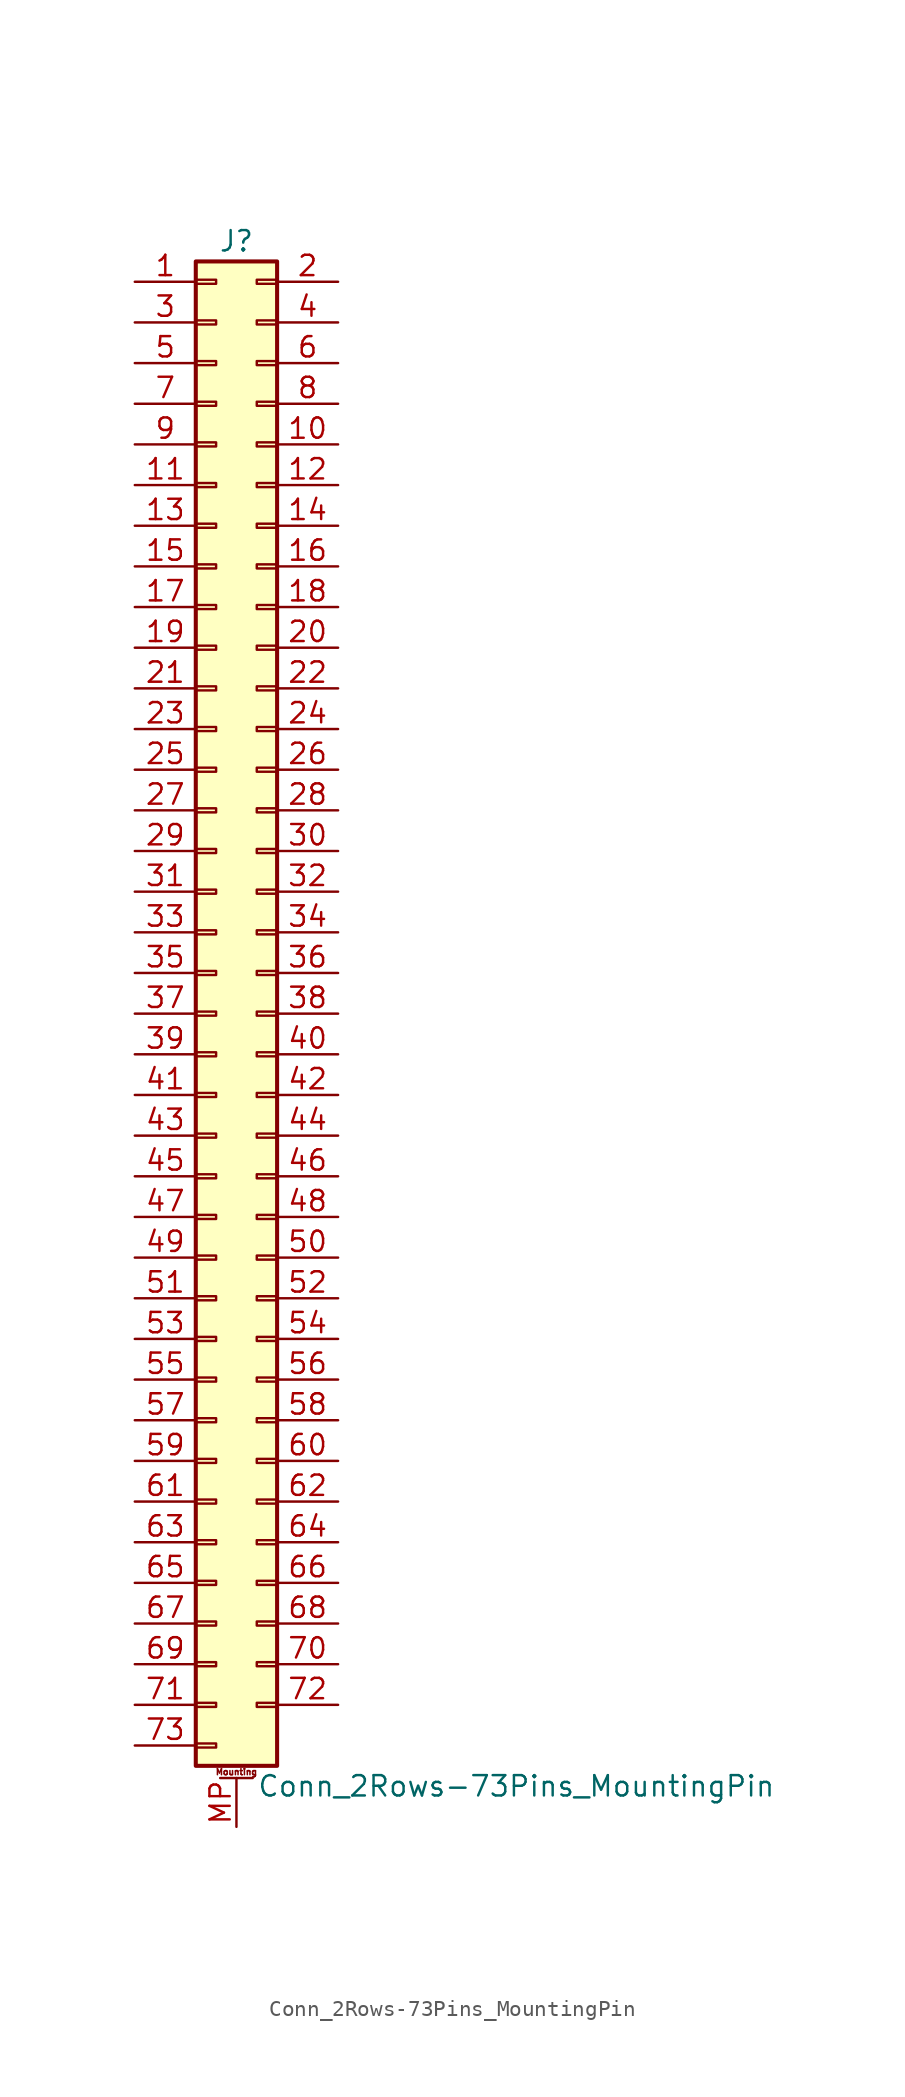
<source format=kicad_sym>
(kicad_symbol_lib
  (version 20201005)
  (generator kicad_symbol_editor)
  (symbol "Conn_2Rows-73Pins_MountingPin"
    (pin_names
      (offset 1.016) hide)
    (property "Reference" "J"
      (at 1.27 48.26 0)
      (effects (font (size 1.27 1.27))))
    (property "Value" "Conn_2Rows-73Pins_MountingPin"
      (at 2.54 -48.26 0)
      (effects (font (size 1.27 1.27)) (justify left)))
    (symbol "Conn_2Rows-73Pins_MountingPin_1_1"
      (text "Mounting" (at 1.27 -47.371 0) (effects (font (size 0.381 0.381))))
      (rectangle (start -1.27 -45.593) (end 0 -45.847) (stroke (width 0.152)) (fill (type none)))
      (rectangle (start -1.27 -43.053) (end 0 -43.307) (stroke (width 0.152)) (fill (type none)))
      (rectangle (start -1.27 -40.513) (end 0 -40.767) (stroke (width 0.152)) (fill (type none)))
      (rectangle (start -1.27 -37.973) (end 0 -38.227) (stroke (width 0.152)) (fill (type none)))
      (rectangle (start -1.27 -35.433) (end 0 -35.687) (stroke (width 0.152)) (fill (type none)))
      (rectangle (start -1.27 -32.893) (end 0 -33.147) (stroke (width 0.152)) (fill (type none)))
      (rectangle (start -1.27 -30.353) (end 0 -30.607) (stroke (width 0.152)) (fill (type none)))
      (rectangle (start -1.27 -27.813) (end 0 -28.067) (stroke (width 0.152)) (fill (type none)))
      (rectangle (start -1.27 -25.273) (end 0 -25.527) (stroke (width 0.152)) (fill (type none)))
      (rectangle (start -1.27 -22.733) (end 0 -22.987) (stroke (width 0.152)) (fill (type none)))
      (rectangle (start -1.27 -20.193) (end 0 -20.447) (stroke (width 0.152)) (fill (type none)))
      (rectangle (start -1.27 -17.653) (end 0 -17.907) (stroke (width 0.152)) (fill (type none)))
      (rectangle (start -1.27 -15.113) (end 0 -15.367) (stroke (width 0.152)) (fill (type none)))
      (rectangle (start -1.27 -12.573) (end 0 -12.827) (stroke (width 0.152)) (fill (type none)))
      (rectangle (start -1.27 -10.033) (end 0 -10.287) (stroke (width 0.152)) (fill (type none)))
      (rectangle (start -1.27 -7.493) (end 0 -7.747) (stroke (width 0.152)) (fill (type none)))
      (rectangle (start -1.27 -4.953) (end 0 -5.207) (stroke (width 0.152)) (fill (type none)))
      (rectangle (start -1.27 -2.413) (end 0 -2.667) (stroke (width 0.152)) (fill (type none)))
      (rectangle (start -1.27 0.127) (end 0 -0.127) (stroke (width 0.152)) (fill (type none)))
      (rectangle (start -1.27 2.667) (end 0 2.413) (stroke (width 0.152)) (fill (type none)))
      (rectangle (start -1.27 5.207) (end 0 4.953) (stroke (width 0.152)) (fill (type none)))
      (rectangle (start -1.27 7.747) (end 0 7.493) (stroke (width 0.152)) (fill (type none)))
      (rectangle (start -1.27 10.287) (end 0 10.033) (stroke (width 0.152)) (fill (type none)))
      (rectangle (start -1.27 12.827) (end 0 12.573) (stroke (width 0.152)) (fill (type none)))
      (rectangle (start -1.27 15.367) (end 0 15.113) (stroke (width 0.152)) (fill (type none)))
      (rectangle (start -1.27 17.907) (end 0 17.653) (stroke (width 0.152)) (fill (type none)))
      (rectangle (start -1.27 20.447) (end 0 20.193) (stroke (width 0.152)) (fill (type none)))
      (rectangle (start -1.27 22.987) (end 0 22.733) (stroke (width 0.152)) (fill (type none)))
      (rectangle (start -1.27 25.527) (end 0 25.273) (stroke (width 0.152)) (fill (type none)))
      (rectangle (start -1.27 28.067) (end 0 27.813) (stroke (width 0.152)) (fill (type none)))
      (rectangle (start -1.27 30.607) (end 0 30.353) (stroke (width 0.152)) (fill (type none)))
      (rectangle (start -1.27 33.147) (end 0 32.893) (stroke (width 0.152)) (fill (type none)))
      (rectangle (start -1.27 35.687) (end 0 35.433) (stroke (width 0.152)) (fill (type none)))
      (rectangle (start -1.27 38.227) (end 0 37.973) (stroke (width 0.152)) (fill (type none)))
      (rectangle (start -1.27 40.767) (end 0 40.513) (stroke (width 0.152)) (fill (type none)))
      (rectangle (start -1.27 43.307) (end 0 43.053) (stroke (width 0.152)) (fill (type none)))
      (rectangle (start -1.27 45.847) (end 0 45.593) (stroke (width 0.152)) (fill (type none)))
      (rectangle (start 3.81 -43.053) (end 2.54 -43.307) (stroke (width 0.152)) (fill (type none)))
      (rectangle (start 3.81 -40.513) (end 2.54 -40.767) (stroke (width 0.152)) (fill (type none)))
      (rectangle (start 3.81 -37.973) (end 2.54 -38.227) (stroke (width 0.152)) (fill (type none)))
      (rectangle (start 3.81 -35.433) (end 2.54 -35.687) (stroke (width 0.152)) (fill (type none)))
      (rectangle (start 3.81 -32.893) (end 2.54 -33.147) (stroke (width 0.152)) (fill (type none)))
      (rectangle (start 3.81 -30.353) (end 2.54 -30.607) (stroke (width 0.152)) (fill (type none)))
      (rectangle (start 3.81 -27.813) (end 2.54 -28.067) (stroke (width 0.152)) (fill (type none)))
      (rectangle (start 3.81 -25.273) (end 2.54 -25.527) (stroke (width 0.152)) (fill (type none)))
      (rectangle (start 3.81 -22.733) (end 2.54 -22.987) (stroke (width 0.152)) (fill (type none)))
      (rectangle (start 3.81 -20.193) (end 2.54 -20.447) (stroke (width 0.152)) (fill (type none)))
      (rectangle (start 3.81 -17.653) (end 2.54 -17.907) (stroke (width 0.152)) (fill (type none)))
      (rectangle (start 3.81 -15.113) (end 2.54 -15.367) (stroke (width 0.152)) (fill (type none)))
      (rectangle (start 3.81 -12.573) (end 2.54 -12.827) (stroke (width 0.152)) (fill (type none)))
      (rectangle (start 3.81 -10.033) (end 2.54 -10.287) (stroke (width 0.152)) (fill (type none)))
      (rectangle (start 3.81 -7.493) (end 2.54 -7.747) (stroke (width 0.152)) (fill (type none)))
      (rectangle (start 3.81 -4.953) (end 2.54 -5.207) (stroke (width 0.152)) (fill (type none)))
      (rectangle (start 3.81 -2.413) (end 2.54 -2.667) (stroke (width 0.152)) (fill (type none)))
      (rectangle (start 3.81 0.127) (end 2.54 -0.127) (stroke (width 0.152)) (fill (type none)))
      (rectangle (start 3.81 2.667) (end 2.54 2.413) (stroke (width 0.152)) (fill (type none)))
      (rectangle (start 3.81 5.207) (end 2.54 4.953) (stroke (width 0.152)) (fill (type none)))
      (rectangle (start 3.81 7.747) (end 2.54 7.493) (stroke (width 0.152)) (fill (type none)))
      (rectangle (start 3.81 10.287) (end 2.54 10.033) (stroke (width 0.152)) (fill (type none)))
      (rectangle (start 3.81 12.827) (end 2.54 12.573) (stroke (width 0.152)) (fill (type none)))
      (rectangle (start 3.81 15.367) (end 2.54 15.113) (stroke (width 0.152)) (fill (type none)))
      (rectangle (start 3.81 17.907) (end 2.54 17.653) (stroke (width 0.152)) (fill (type none)))
      (rectangle (start 3.81 20.447) (end 2.54 20.193) (stroke (width 0.152)) (fill (type none)))
      (rectangle (start 3.81 22.987) (end 2.54 22.733) (stroke (width 0.152)) (fill (type none)))
      (rectangle (start 3.81 25.527) (end 2.54 25.273) (stroke (width 0.152)) (fill (type none)))
      (rectangle (start 3.81 28.067) (end 2.54 27.813) (stroke (width 0.152)) (fill (type none)))
      (rectangle (start 3.81 30.607) (end 2.54 30.353) (stroke (width 0.152)) (fill (type none)))
      (rectangle (start 3.81 33.147) (end 2.54 32.893) (stroke (width 0.152)) (fill (type none)))
      (rectangle (start 3.81 35.687) (end 2.54 35.433) (stroke (width 0.152)) (fill (type none)))
      (rectangle (start 3.81 38.227) (end 2.54 37.973) (stroke (width 0.152)) (fill (type none)))
      (rectangle (start 3.81 40.767) (end 2.54 40.513) (stroke (width 0.152)) (fill (type none)))
      (rectangle (start 3.81 43.307) (end 2.54 43.053) (stroke (width 0.152)) (fill (type none)))
      (rectangle (start 3.81 45.847) (end 2.54 45.593) (stroke (width 0.152)) (fill (type none)))
      (rectangle (start -1.27 46.99) (end 3.81 -46.99) (stroke (width 0.254)) (fill (type background)))
      (polyline (pts (xy 0.254 -47.752) (xy 2.286 -47.752)) (stroke (width 0.152)) (fill (type none)))
      (pin passive line (at -5.08 45.72 0) (length 3.81) (name "Pin_1" (effects (font (size 1.27 1.27)))) (number "1" (effects (font (size 1.27 1.27)))))
      (pin passive line (at 7.62 35.56 180) (length 3.81) (name "Pin_10" (effects (font (size 1.27 1.27)))) (number "10" (effects (font (size 1.27 1.27)))))
      (pin passive line (at -5.08 33.02 0) (length 3.81) (name "Pin_11" (effects (font (size 1.27 1.27)))) (number "11" (effects (font (size 1.27 1.27)))))
      (pin passive line (at 7.62 33.02 180) (length 3.81) (name "Pin_12" (effects (font (size 1.27 1.27)))) (number "12" (effects (font (size 1.27 1.27)))))
      (pin passive line (at -5.08 30.48 0) (length 3.81) (name "Pin_13" (effects (font (size 1.27 1.27)))) (number "13" (effects (font (size 1.27 1.27)))))
      (pin passive line (at 7.62 30.48 180) (length 3.81) (name "Pin_14" (effects (font (size 1.27 1.27)))) (number "14" (effects (font (size 1.27 1.27)))))
      (pin passive line (at -5.08 27.94 0) (length 3.81) (name "Pin_15" (effects (font (size 1.27 1.27)))) (number "15" (effects (font (size 1.27 1.27)))))
      (pin passive line (at 7.62 27.94 180) (length 3.81) (name "Pin_16" (effects (font (size 1.27 1.27)))) (number "16" (effects (font (size 1.27 1.27)))))
      (pin passive line (at -5.08 25.4 0) (length 3.81) (name "Pin_17" (effects (font (size 1.27 1.27)))) (number "17" (effects (font (size 1.27 1.27)))))
      (pin passive line (at 7.62 25.4 180) (length 3.81) (name "Pin_18" (effects (font (size 1.27 1.27)))) (number "18" (effects (font (size 1.27 1.27)))))
      (pin passive line (at -5.08 22.86 0) (length 3.81) (name "Pin_19" (effects (font (size 1.27 1.27)))) (number "19" (effects (font (size 1.27 1.27)))))
      (pin passive line (at 7.62 45.72 180) (length 3.81) (name "Pin_2" (effects (font (size 1.27 1.27)))) (number "2" (effects (font (size 1.27 1.27)))))
      (pin passive line (at 7.62 22.86 180) (length 3.81) (name "Pin_20" (effects (font (size 1.27 1.27)))) (number "20" (effects (font (size 1.27 1.27)))))
      (pin passive line (at -5.08 20.32 0) (length 3.81) (name "Pin_21" (effects (font (size 1.27 1.27)))) (number "21" (effects (font (size 1.27 1.27)))))
      (pin passive line (at 7.62 20.32 180) (length 3.81) (name "Pin_22" (effects (font (size 1.27 1.27)))) (number "22" (effects (font (size 1.27 1.27)))))
      (pin passive line (at -5.08 17.78 0) (length 3.81) (name "Pin_23" (effects (font (size 1.27 1.27)))) (number "23" (effects (font (size 1.27 1.27)))))
      (pin passive line (at 7.62 17.78 180) (length 3.81) (name "Pin_24" (effects (font (size 1.27 1.27)))) (number "24" (effects (font (size 1.27 1.27)))))
      (pin passive line (at -5.08 15.24 0) (length 3.81) (name "Pin_25" (effects (font (size 1.27 1.27)))) (number "25" (effects (font (size 1.27 1.27)))))
      (pin passive line (at 7.62 15.24 180) (length 3.81) (name "Pin_26" (effects (font (size 1.27 1.27)))) (number "26" (effects (font (size 1.27 1.27)))))
      (pin passive line (at -5.08 12.7 0) (length 3.81) (name "Pin_27" (effects (font (size 1.27 1.27)))) (number "27" (effects (font (size 1.27 1.27)))))
      (pin passive line (at 7.62 12.7 180) (length 3.81) (name "Pin_28" (effects (font (size 1.27 1.27)))) (number "28" (effects (font (size 1.27 1.27)))))
      (pin passive line (at -5.08 10.16 0) (length 3.81) (name "Pin_29" (effects (font (size 1.27 1.27)))) (number "29" (effects (font (size 1.27 1.27)))))
      (pin passive line (at -5.08 43.18 0) (length 3.81) (name "Pin_3" (effects (font (size 1.27 1.27)))) (number "3" (effects (font (size 1.27 1.27)))))
      (pin passive line (at 7.62 10.16 180) (length 3.81) (name "Pin_30" (effects (font (size 1.27 1.27)))) (number "30" (effects (font (size 1.27 1.27)))))
      (pin passive line (at -5.08 7.62 0) (length 3.81) (name "Pin_31" (effects (font (size 1.27 1.27)))) (number "31" (effects (font (size 1.27 1.27)))))
      (pin passive line (at 7.62 7.62 180) (length 3.81) (name "Pin_32" (effects (font (size 1.27 1.27)))) (number "32" (effects (font (size 1.27 1.27)))))
      (pin passive line (at -5.08 5.08 0) (length 3.81) (name "Pin_33" (effects (font (size 1.27 1.27)))) (number "33" (effects (font (size 1.27 1.27)))))
      (pin passive line (at 7.62 5.08 180) (length 3.81) (name "Pin_34" (effects (font (size 1.27 1.27)))) (number "34" (effects (font (size 1.27 1.27)))))
      (pin passive line (at -5.08 2.54 0) (length 3.81) (name "Pin_35" (effects (font (size 1.27 1.27)))) (number "35" (effects (font (size 1.27 1.27)))))
      (pin passive line (at 7.62 2.54 180) (length 3.81) (name "Pin_36" (effects (font (size 1.27 1.27)))) (number "36" (effects (font (size 1.27 1.27)))))
      (pin passive line (at -5.08 0 0) (length 3.81) (name "Pin_37" (effects (font (size 1.27 1.27)))) (number "37" (effects (font (size 1.27 1.27)))))
      (pin passive line (at 7.62 0 180) (length 3.81) (name "Pin_38" (effects (font (size 1.27 1.27)))) (number "38" (effects (font (size 1.27 1.27)))))
      (pin passive line (at -5.08 -2.54 0) (length 3.81) (name "Pin_39" (effects (font (size 1.27 1.27)))) (number "39" (effects (font (size 1.27 1.27)))))
      (pin passive line (at 7.62 43.18 180) (length 3.81) (name "Pin_4" (effects (font (size 1.27 1.27)))) (number "4" (effects (font (size 1.27 1.27)))))
      (pin passive line (at 7.62 -2.54 180) (length 3.81) (name "Pin_40" (effects (font (size 1.27 1.27)))) (number "40" (effects (font (size 1.27 1.27)))))
      (pin passive line (at -5.08 -5.08 0) (length 3.81) (name "Pin_41" (effects (font (size 1.27 1.27)))) (number "41" (effects (font (size 1.27 1.27)))))
      (pin passive line (at 7.62 -5.08 180) (length 3.81) (name "Pin_42" (effects (font (size 1.27 1.27)))) (number "42" (effects (font (size 1.27 1.27)))))
      (pin passive line (at -5.08 -7.62 0) (length 3.81) (name "Pin_43" (effects (font (size 1.27 1.27)))) (number "43" (effects (font (size 1.27 1.27)))))
      (pin passive line (at 7.62 -7.62 180) (length 3.81) (name "Pin_44" (effects (font (size 1.27 1.27)))) (number "44" (effects (font (size 1.27 1.27)))))
      (pin passive line (at -5.08 -10.16 0) (length 3.81) (name "Pin_45" (effects (font (size 1.27 1.27)))) (number "45" (effects (font (size 1.27 1.27)))))
      (pin passive line (at 7.62 -10.16 180) (length 3.81) (name "Pin_46" (effects (font (size 1.27 1.27)))) (number "46" (effects (font (size 1.27 1.27)))))
      (pin passive line (at -5.08 -12.7 0) (length 3.81) (name "Pin_47" (effects (font (size 1.27 1.27)))) (number "47" (effects (font (size 1.27 1.27)))))
      (pin passive line (at 7.62 -12.7 180) (length 3.81) (name "Pin_48" (effects (font (size 1.27 1.27)))) (number "48" (effects (font (size 1.27 1.27)))))
      (pin passive line (at -5.08 -15.24 0) (length 3.81) (name "Pin_49" (effects (font (size 1.27 1.27)))) (number "49" (effects (font (size 1.27 1.27)))))
      (pin passive line (at -5.08 40.64 0) (length 3.81) (name "Pin_5" (effects (font (size 1.27 1.27)))) (number "5" (effects (font (size 1.27 1.27)))))
      (pin passive line (at 7.62 -15.24 180) (length 3.81) (name "Pin_50" (effects (font (size 1.27 1.27)))) (number "50" (effects (font (size 1.27 1.27)))))
      (pin passive line (at -5.08 -17.78 0) (length 3.81) (name "Pin_51" (effects (font (size 1.27 1.27)))) (number "51" (effects (font (size 1.27 1.27)))))
      (pin passive line (at 7.62 -17.78 180) (length 3.81) (name "Pin_52" (effects (font (size 1.27 1.27)))) (number "52" (effects (font (size 1.27 1.27)))))
      (pin passive line (at -5.08 -20.32 0) (length 3.81) (name "Pin_53" (effects (font (size 1.27 1.27)))) (number "53" (effects (font (size 1.27 1.27)))))
      (pin passive line (at 7.62 -20.32 180) (length 3.81) (name "Pin_54" (effects (font (size 1.27 1.27)))) (number "54" (effects (font (size 1.27 1.27)))))
      (pin passive line (at -5.08 -22.86 0) (length 3.81) (name "Pin_55" (effects (font (size 1.27 1.27)))) (number "55" (effects (font (size 1.27 1.27)))))
      (pin passive line (at 7.62 -22.86 180) (length 3.81) (name "Pin_56" (effects (font (size 1.27 1.27)))) (number "56" (effects (font (size 1.27 1.27)))))
      (pin passive line (at -5.08 -25.4 0) (length 3.81) (name "Pin_57" (effects (font (size 1.27 1.27)))) (number "57" (effects (font (size 1.27 1.27)))))
      (pin passive line (at 7.62 -25.4 180) (length 3.81) (name "Pin_58" (effects (font (size 1.27 1.27)))) (number "58" (effects (font (size 1.27 1.27)))))
      (pin passive line (at -5.08 -27.94 0) (length 3.81) (name "Pin_59" (effects (font (size 1.27 1.27)))) (number "59" (effects (font (size 1.27 1.27)))))
      (pin passive line (at 7.62 40.64 180) (length 3.81) (name "Pin_6" (effects (font (size 1.27 1.27)))) (number "6" (effects (font (size 1.27 1.27)))))
      (pin passive line (at 7.62 -27.94 180) (length 3.81) (name "Pin_60" (effects (font (size 1.27 1.27)))) (number "60" (effects (font (size 1.27 1.27)))))
      (pin passive line (at -5.08 -30.48 0) (length 3.81) (name "Pin_61" (effects (font (size 1.27 1.27)))) (number "61" (effects (font (size 1.27 1.27)))))
      (pin passive line (at 7.62 -30.48 180) (length 3.81) (name "Pin_62" (effects (font (size 1.27 1.27)))) (number "62" (effects (font (size 1.27 1.27)))))
      (pin passive line (at -5.08 -33.02 0) (length 3.81) (name "Pin_63" (effects (font (size 1.27 1.27)))) (number "63" (effects (font (size 1.27 1.27)))))
      (pin passive line (at 7.62 -33.02 180) (length 3.81) (name "Pin_64" (effects (font (size 1.27 1.27)))) (number "64" (effects (font (size 1.27 1.27)))))
      (pin passive line (at -5.08 -35.56 0) (length 3.81) (name "Pin_65" (effects (font (size 1.27 1.27)))) (number "65" (effects (font (size 1.27 1.27)))))
      (pin passive line (at 7.62 -35.56 180) (length 3.81) (name "Pin_66" (effects (font (size 1.27 1.27)))) (number "66" (effects (font (size 1.27 1.27)))))
      (pin passive line (at -5.08 -38.1 0) (length 3.81) (name "Pin_67" (effects (font (size 1.27 1.27)))) (number "67" (effects (font (size 1.27 1.27)))))
      (pin passive line (at 7.62 -38.1 180) (length 3.81) (name "Pin_68" (effects (font (size 1.27 1.27)))) (number "68" (effects (font (size 1.27 1.27)))))
      (pin passive line (at -5.08 -40.64 0) (length 3.81) (name "Pin_69" (effects (font (size 1.27 1.27)))) (number "69" (effects (font (size 1.27 1.27)))))
      (pin passive line (at -5.08 38.1 0) (length 3.81) (name "Pin_7" (effects (font (size 1.27 1.27)))) (number "7" (effects (font (size 1.27 1.27)))))
      (pin passive line (at 7.62 -40.64 180) (length 3.81) (name "Pin_70" (effects (font (size 1.27 1.27)))) (number "70" (effects (font (size 1.27 1.27)))))
      (pin passive line (at -5.08 -43.18 0) (length 3.81) (name "Pin_71" (effects (font (size 1.27 1.27)))) (number "71" (effects (font (size 1.27 1.27)))))
      (pin passive line (at 7.62 -43.18 180) (length 3.81) (name "Pin_72" (effects (font (size 1.27 1.27)))) (number "72" (effects (font (size 1.27 1.27)))))
      (pin passive line (at -5.08 -45.72 0) (length 3.81) (name "Pin_73" (effects (font (size 1.27 1.27)))) (number "73" (effects (font (size 1.27 1.27)))))
      (pin passive line (at 7.62 38.1 180) (length 3.81) (name "Pin_8" (effects (font (size 1.27 1.27)))) (number "8" (effects (font (size 1.27 1.27)))))
      (pin passive line (at -5.08 35.56 0) (length 3.81) (name "Pin_9" (effects (font (size 1.27 1.27)))) (number "9" (effects (font (size 1.27 1.27)))))
      (pin passive line (at 1.27 -50.8 90) (length 3.048) (name "MountPin" (effects (font (size 1.27 1.27)))) (number "MP" (effects (font (size 1.27 1.27))))))))
</source>
